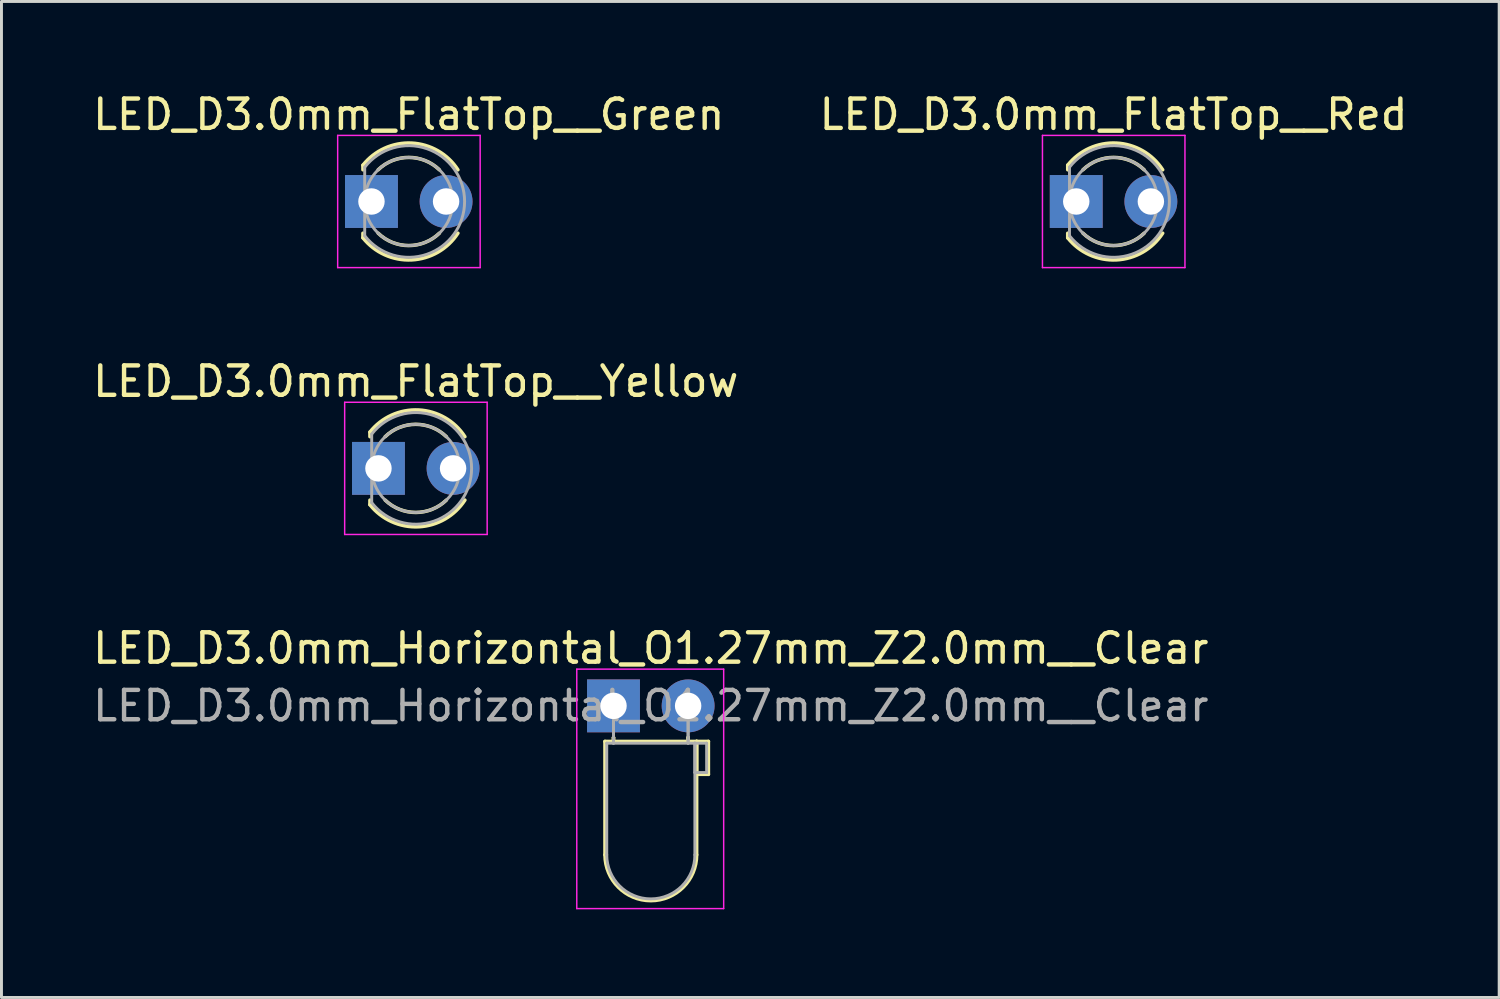
<source format=kicad_pcb>
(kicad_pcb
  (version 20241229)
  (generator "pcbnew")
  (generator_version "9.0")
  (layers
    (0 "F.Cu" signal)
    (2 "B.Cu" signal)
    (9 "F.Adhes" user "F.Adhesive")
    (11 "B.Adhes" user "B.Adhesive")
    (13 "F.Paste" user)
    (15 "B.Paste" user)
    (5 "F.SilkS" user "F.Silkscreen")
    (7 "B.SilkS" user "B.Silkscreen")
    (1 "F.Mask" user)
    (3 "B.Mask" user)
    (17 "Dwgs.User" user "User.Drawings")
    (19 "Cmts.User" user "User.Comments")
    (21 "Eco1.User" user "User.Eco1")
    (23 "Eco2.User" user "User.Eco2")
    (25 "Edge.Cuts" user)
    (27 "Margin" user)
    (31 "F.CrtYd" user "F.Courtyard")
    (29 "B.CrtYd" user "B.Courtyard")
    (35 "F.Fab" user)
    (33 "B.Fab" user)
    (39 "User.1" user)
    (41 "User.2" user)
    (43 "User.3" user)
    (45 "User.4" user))
  (footprint "LED_D3.0mm_Horizontal_O1.27mm_Z2.0mm__Clear"
    (layer "F.Cu")
    (at 17.831 20.975)
    (property "Reference" "LED_D3.0mm_Horizontal_O1.27mm_Z2.0mm__Clear" (at 1.27 -1.96 0) (layer "F.SilkS") (effects (font (size 1 1) (thickness 0.15))))
    (attr through_hole)
    (fp_line (start -0.29 1.21) (end -0.29 5.07) (stroke (width 0.12) (type solid)) (layer "F.SilkS"))
    (fp_line (start -0.29 1.21) (end 2.83 1.21) (stroke (width 0.12) (type solid)) (layer "F.SilkS"))
    (fp_line (start 0 1.08) (end 0 1.08) (stroke (width 0.12) (type solid)) (layer "F.SilkS"))
    (fp_line (start 0 1.08) (end 0 1.21) (stroke (width 0.12) (type solid)) (layer "F.SilkS"))
    (fp_line (start 0 1.21) (end 0 1.08) (stroke (width 0.12) (type solid)) (layer "F.SilkS"))
    (fp_line (start 0 1.21) (end 0 1.21) (stroke (width 0.12) (type solid)) (layer "F.SilkS"))
    (fp_line (start 2.54 1.08) (end 2.54 1.08) (stroke (width 0.12) (type solid)) (layer "F.SilkS"))
    (fp_line (start 2.54 1.08) (end 2.54 1.21) (stroke (width 0.12) (type solid)) (layer "F.SilkS"))
    (fp_line (start 2.54 1.21) (end 2.54 1.08) (stroke (width 0.12) (type solid)) (layer "F.SilkS"))
    (fp_line (start 2.54 1.21) (end 2.54 1.21) (stroke (width 0.12) (type solid)) (layer "F.SilkS"))
    (fp_line (start 2.83 1.21) (end 2.83 5.07) (stroke (width 0.12) (type solid)) (layer "F.SilkS"))
    (fp_line (start 2.83 1.21) (end 3.23 1.21) (stroke (width 0.12) (type solid)) (layer "F.SilkS"))
    (fp_line (start 2.83 2.33) (end 2.83 1.21) (stroke (width 0.12) (type solid)) (layer "F.SilkS"))
    (fp_line (start 3.23 1.21) (end 3.23 2.33) (stroke (width 0.12) (type solid)) (layer "F.SilkS"))
    (fp_line (start 3.23 2.33) (end 2.83 2.33) (stroke (width 0.12) (type solid)) (layer "F.SilkS"))
    (fp_arc (start 2.83 5.07) (mid 1.27 6.63) (end -0.29 5.07) (stroke (width 0.12) (type solid)) (layer "F.SilkS"))
    (fp_line (start -1.25 -1.25) (end -1.25 6.9) (stroke (width 0.05) (type solid)) (layer "F.CrtYd"))
    (fp_line (start -1.25 6.9) (end 3.75 6.9) (stroke (width 0.05) (type solid)) (layer "F.CrtYd"))
    (fp_line (start 3.75 -1.25) (end -1.25 -1.25) (stroke (width 0.05) (type solid)) (layer "F.CrtYd"))
    (fp_line (start 3.75 6.9) (end 3.75 -1.25) (stroke (width 0.05) (type solid)) (layer "F.CrtYd"))
    (fp_line (start -0.23 1.27) (end -0.23 5.07) (stroke (width 0.1) (type solid)) (layer "F.Fab"))
    (fp_line (start -0.23 1.27) (end 2.77 1.27) (stroke (width 0.1) (type solid)) (layer "F.Fab"))
    (fp_line (start 0 0) (end 0 0) (stroke (width 0.1) (type solid)) (layer "F.Fab"))
    (fp_line (start 0 0) (end 0 1.27) (stroke (width 0.1) (type solid)) (layer "F.Fab"))
    (fp_line (start 0 1.27) (end 0 0) (stroke (width 0.1) (type solid)) (layer "F.Fab"))
    (fp_line (start 0 1.27) (end 0 1.27) (stroke (width 0.1) (type solid)) (layer "F.Fab"))
    (fp_line (start 2.54 0) (end 2.54 0) (stroke (width 0.1) (type solid)) (layer "F.Fab"))
    (fp_line (start 2.54 0) (end 2.54 1.27) (stroke (width 0.1) (type solid)) (layer "F.Fab"))
    (fp_line (start 2.54 1.27) (end 2.54 0) (stroke (width 0.1) (type solid)) (layer "F.Fab"))
    (fp_line (start 2.54 1.27) (end 2.54 1.27) (stroke (width 0.1) (type solid)) (layer "F.Fab"))
    (fp_line (start 2.77 1.27) (end 2.77 5.07) (stroke (width 0.1) (type solid)) (layer "F.Fab"))
    (fp_line (start 2.77 1.27) (end 3.17 1.27) (stroke (width 0.1) (type solid)) (layer "F.Fab"))
    (fp_line (start 2.77 2.27) (end 2.77 1.27) (stroke (width 0.1) (type solid)) (layer "F.Fab"))
    (fp_line (start 3.17 1.27) (end 3.17 2.27) (stroke (width 0.1) (type solid)) (layer "F.Fab"))
    (fp_line (start 3.17 2.27) (end 2.77 2.27) (stroke (width 0.1) (type solid)) (layer "F.Fab"))
    (fp_arc (start 2.77 5.07) (mid 1.27 6.57) (end -0.23 5.07) (stroke (width 0.1) (type solid)) (layer "F.Fab"))
    (fp_text user "${REFERENCE}" (at 1.27 0 0) (layer "F.Fab") (effects (font (size 1 1) (thickness 0.15))))
    (pad "1" thru_hole rect (at 0 0) (size 1.8 1.8) (drill 0.9) (layers "*.Cu" "*.Mask"))
    (pad "2" thru_hole circle (at 2.54 0) (size 1.8 1.8) (drill 0.9) (layers "*.Cu" "*.Mask")))
  (footprint "LED_D3.0mm_FlatTop__Yellow"
    (layer "F.Cu")
    (at 9.831 12.892)
    (property "Reference" "LED_D3.0mm_FlatTop__Yellow" (at 1.27 -2.96 0) (layer "F.SilkS") (effects (font (size 1 1) (thickness 0.15))))
    (attr through_hole)
    (fp_line (start -0.29 -1.236) (end -0.29 -1.08) (stroke (width 0.12) (type solid)) (layer "F.SilkS"))
    (fp_line (start -0.29 1.08) (end -0.29 1.236) (stroke (width 0.12) (type solid)) (layer "F.SilkS"))
    (fp_arc (start -0.29 -1.235516) (mid 1.366487 -1.987659) (end 2.942335 -1.078608) (stroke (width 0.12) (type solid)) (layer "F.SilkS"))
    (fp_arc (start 0.229039 -1.08) (mid 1.270117 -1.5) (end 2.31113 -1.079837) (stroke (width 0.12) (type solid)) (layer "F.SilkS"))
    (fp_arc (start 2.31113 1.079837) (mid 1.270117 1.5) (end 0.229039 1.08) (stroke (width 0.12) (type solid)) (layer "F.SilkS"))
    (fp_arc (start 2.942335 1.078608) (mid 1.366487 1.987659) (end -0.29 1.235516) (stroke (width 0.12) (type solid)) (layer "F.SilkS"))
    (fp_line (start -1.15 -2.25) (end -1.15 2.25) (stroke (width 0.05) (type solid)) (layer "F.CrtYd"))
    (fp_line (start -1.15 2.25) (end 3.7 2.25) (stroke (width 0.05) (type solid)) (layer "F.CrtYd"))
    (fp_line (start 3.7 -2.25) (end -1.15 -2.25) (stroke (width 0.05) (type solid)) (layer "F.CrtYd"))
    (fp_line (start 3.7 2.25) (end 3.7 -2.25) (stroke (width 0.05) (type solid)) (layer "F.CrtYd"))
    (fp_line (start -0.23 -1.166) (end -0.23 1.166) (stroke (width 0.1) (type solid)) (layer "F.Fab"))
    (fp_arc (start -0.23 -1.16619) (mid 3.17 0.000452) (end -0.230555 1.165476) (stroke (width 0.1) (type solid)) (layer "F.Fab"))
    (fp_circle (center 1.27 0) (end 2.77 0) (stroke (width 0.1) (type solid)) (fill no) (layer "F.Fab"))
    (pad "1" thru_hole rect (at 0 0) (size 1.8 1.8) (drill 0.9) (layers "*.Cu" "*.Mask"))
    (pad "2" thru_hole circle (at 2.54 0) (size 1.8 1.8) (drill 0.9) (layers "*.Cu" "*.Mask")))
  (footprint "LED_D3.0mm_FlatTop__Red"
    (layer "F.Cu")
    (at 33.581 3.808)
    (property "Reference" "LED_D3.0mm_FlatTop__Red" (at 1.27 -2.96 0) (layer "F.SilkS") (effects (font (size 1 1) (thickness 0.15))))
    (attr through_hole)
    (fp_line (start -0.29 -1.236) (end -0.29 -1.08) (stroke (width 0.12) (type solid)) (layer "F.SilkS"))
    (fp_line (start -0.29 1.08) (end -0.29 1.236) (stroke (width 0.12) (type solid)) (layer "F.SilkS"))
    (fp_arc (start -0.29 -1.235516) (mid 1.366487 -1.987659) (end 2.942335 -1.078608) (stroke (width 0.12) (type solid)) (layer "F.SilkS"))
    (fp_arc (start 0.229039 -1.08) (mid 1.270117 -1.5) (end 2.31113 -1.079837) (stroke (width 0.12) (type solid)) (layer "F.SilkS"))
    (fp_arc (start 2.31113 1.079837) (mid 1.270117 1.5) (end 0.229039 1.08) (stroke (width 0.12) (type solid)) (layer "F.SilkS"))
    (fp_arc (start 2.942335 1.078608) (mid 1.366487 1.987659) (end -0.29 1.235516) (stroke (width 0.12) (type solid)) (layer "F.SilkS"))
    (fp_line (start -1.15 -2.25) (end -1.15 2.25) (stroke (width 0.05) (type solid)) (layer "F.CrtYd"))
    (fp_line (start -1.15 2.25) (end 3.7 2.25) (stroke (width 0.05) (type solid)) (layer "F.CrtYd"))
    (fp_line (start 3.7 -2.25) (end -1.15 -2.25) (stroke (width 0.05) (type solid)) (layer "F.CrtYd"))
    (fp_line (start 3.7 2.25) (end 3.7 -2.25) (stroke (width 0.05) (type solid)) (layer "F.CrtYd"))
    (fp_line (start -0.23 -1.166) (end -0.23 1.166) (stroke (width 0.1) (type solid)) (layer "F.Fab"))
    (fp_arc (start -0.23 -1.16619) (mid 3.17 0.000452) (end -0.230555 1.165476) (stroke (width 0.1) (type solid)) (layer "F.Fab"))
    (fp_circle (center 1.27 0) (end 2.77 0) (stroke (width 0.1) (type solid)) (fill no) (layer "F.Fab"))
    (pad "1" thru_hole rect (at 0 0) (size 1.8 1.8) (drill 0.9) (layers "*.Cu" "*.Mask"))
    (pad "2" thru_hole circle (at 2.54 0) (size 1.8 1.8) (drill 0.9) (layers "*.Cu" "*.Mask")))
  (footprint "LED_D3.0mm_FlatTop__Green"
    (layer "F.Cu")
    (at 9.593 3.808)
    (property "Reference" "LED_D3.0mm_FlatTop__Green" (at 1.27 -2.96 0) (layer "F.SilkS") (effects (font (size 1 1) (thickness 0.15))))
    (attr through_hole)
    (fp_line (start -0.29 -1.236) (end -0.29 -1.08) (stroke (width 0.12) (type solid)) (layer "F.SilkS"))
    (fp_line (start -0.29 1.08) (end -0.29 1.236) (stroke (width 0.12) (type solid)) (layer "F.SilkS"))
    (fp_arc (start -0.29 -1.235516) (mid 1.366487 -1.987659) (end 2.942335 -1.078608) (stroke (width 0.12) (type solid)) (layer "F.SilkS"))
    (fp_arc (start 0.229039 -1.08) (mid 1.270117 -1.5) (end 2.31113 -1.079837) (stroke (width 0.12) (type solid)) (layer "F.SilkS"))
    (fp_arc (start 2.31113 1.079837) (mid 1.270117 1.5) (end 0.229039 1.08) (stroke (width 0.12) (type solid)) (layer "F.SilkS"))
    (fp_arc (start 2.942335 1.078608) (mid 1.366487 1.987659) (end -0.29 1.235516) (stroke (width 0.12) (type solid)) (layer "F.SilkS"))
    (fp_line (start -1.15 -2.25) (end -1.15 2.25) (stroke (width 0.05) (type solid)) (layer "F.CrtYd"))
    (fp_line (start -1.15 2.25) (end 3.7 2.25) (stroke (width 0.05) (type solid)) (layer "F.CrtYd"))
    (fp_line (start 3.7 -2.25) (end -1.15 -2.25) (stroke (width 0.05) (type solid)) (layer "F.CrtYd"))
    (fp_line (start 3.7 2.25) (end 3.7 -2.25) (stroke (width 0.05) (type solid)) (layer "F.CrtYd"))
    (fp_line (start -0.23 -1.166) (end -0.23 1.166) (stroke (width 0.1) (type solid)) (layer "F.Fab"))
    (fp_arc (start -0.23 -1.16619) (mid 3.17 0.000452) (end -0.230555 1.165476) (stroke (width 0.1) (type solid)) (layer "F.Fab"))
    (fp_circle (center 1.27 0) (end 2.77 0) (stroke (width 0.1) (type solid)) (fill no) (layer "F.Fab"))
    (pad "1" thru_hole rect (at 0 0) (size 1.8 1.8) (drill 0.9) (layers "*.Cu" "*.Mask"))
    (pad "2" thru_hole circle (at 2.54 0) (size 1.8 1.8) (drill 0.9) (layers "*.Cu" "*.Mask")))
  (gr_rect
    (start -3 -3)
    (end 47.976 30.9)
    (stroke (width 0.1) (type default))
    (fill no)
    (layer "Edge.Cuts")))
</source>
